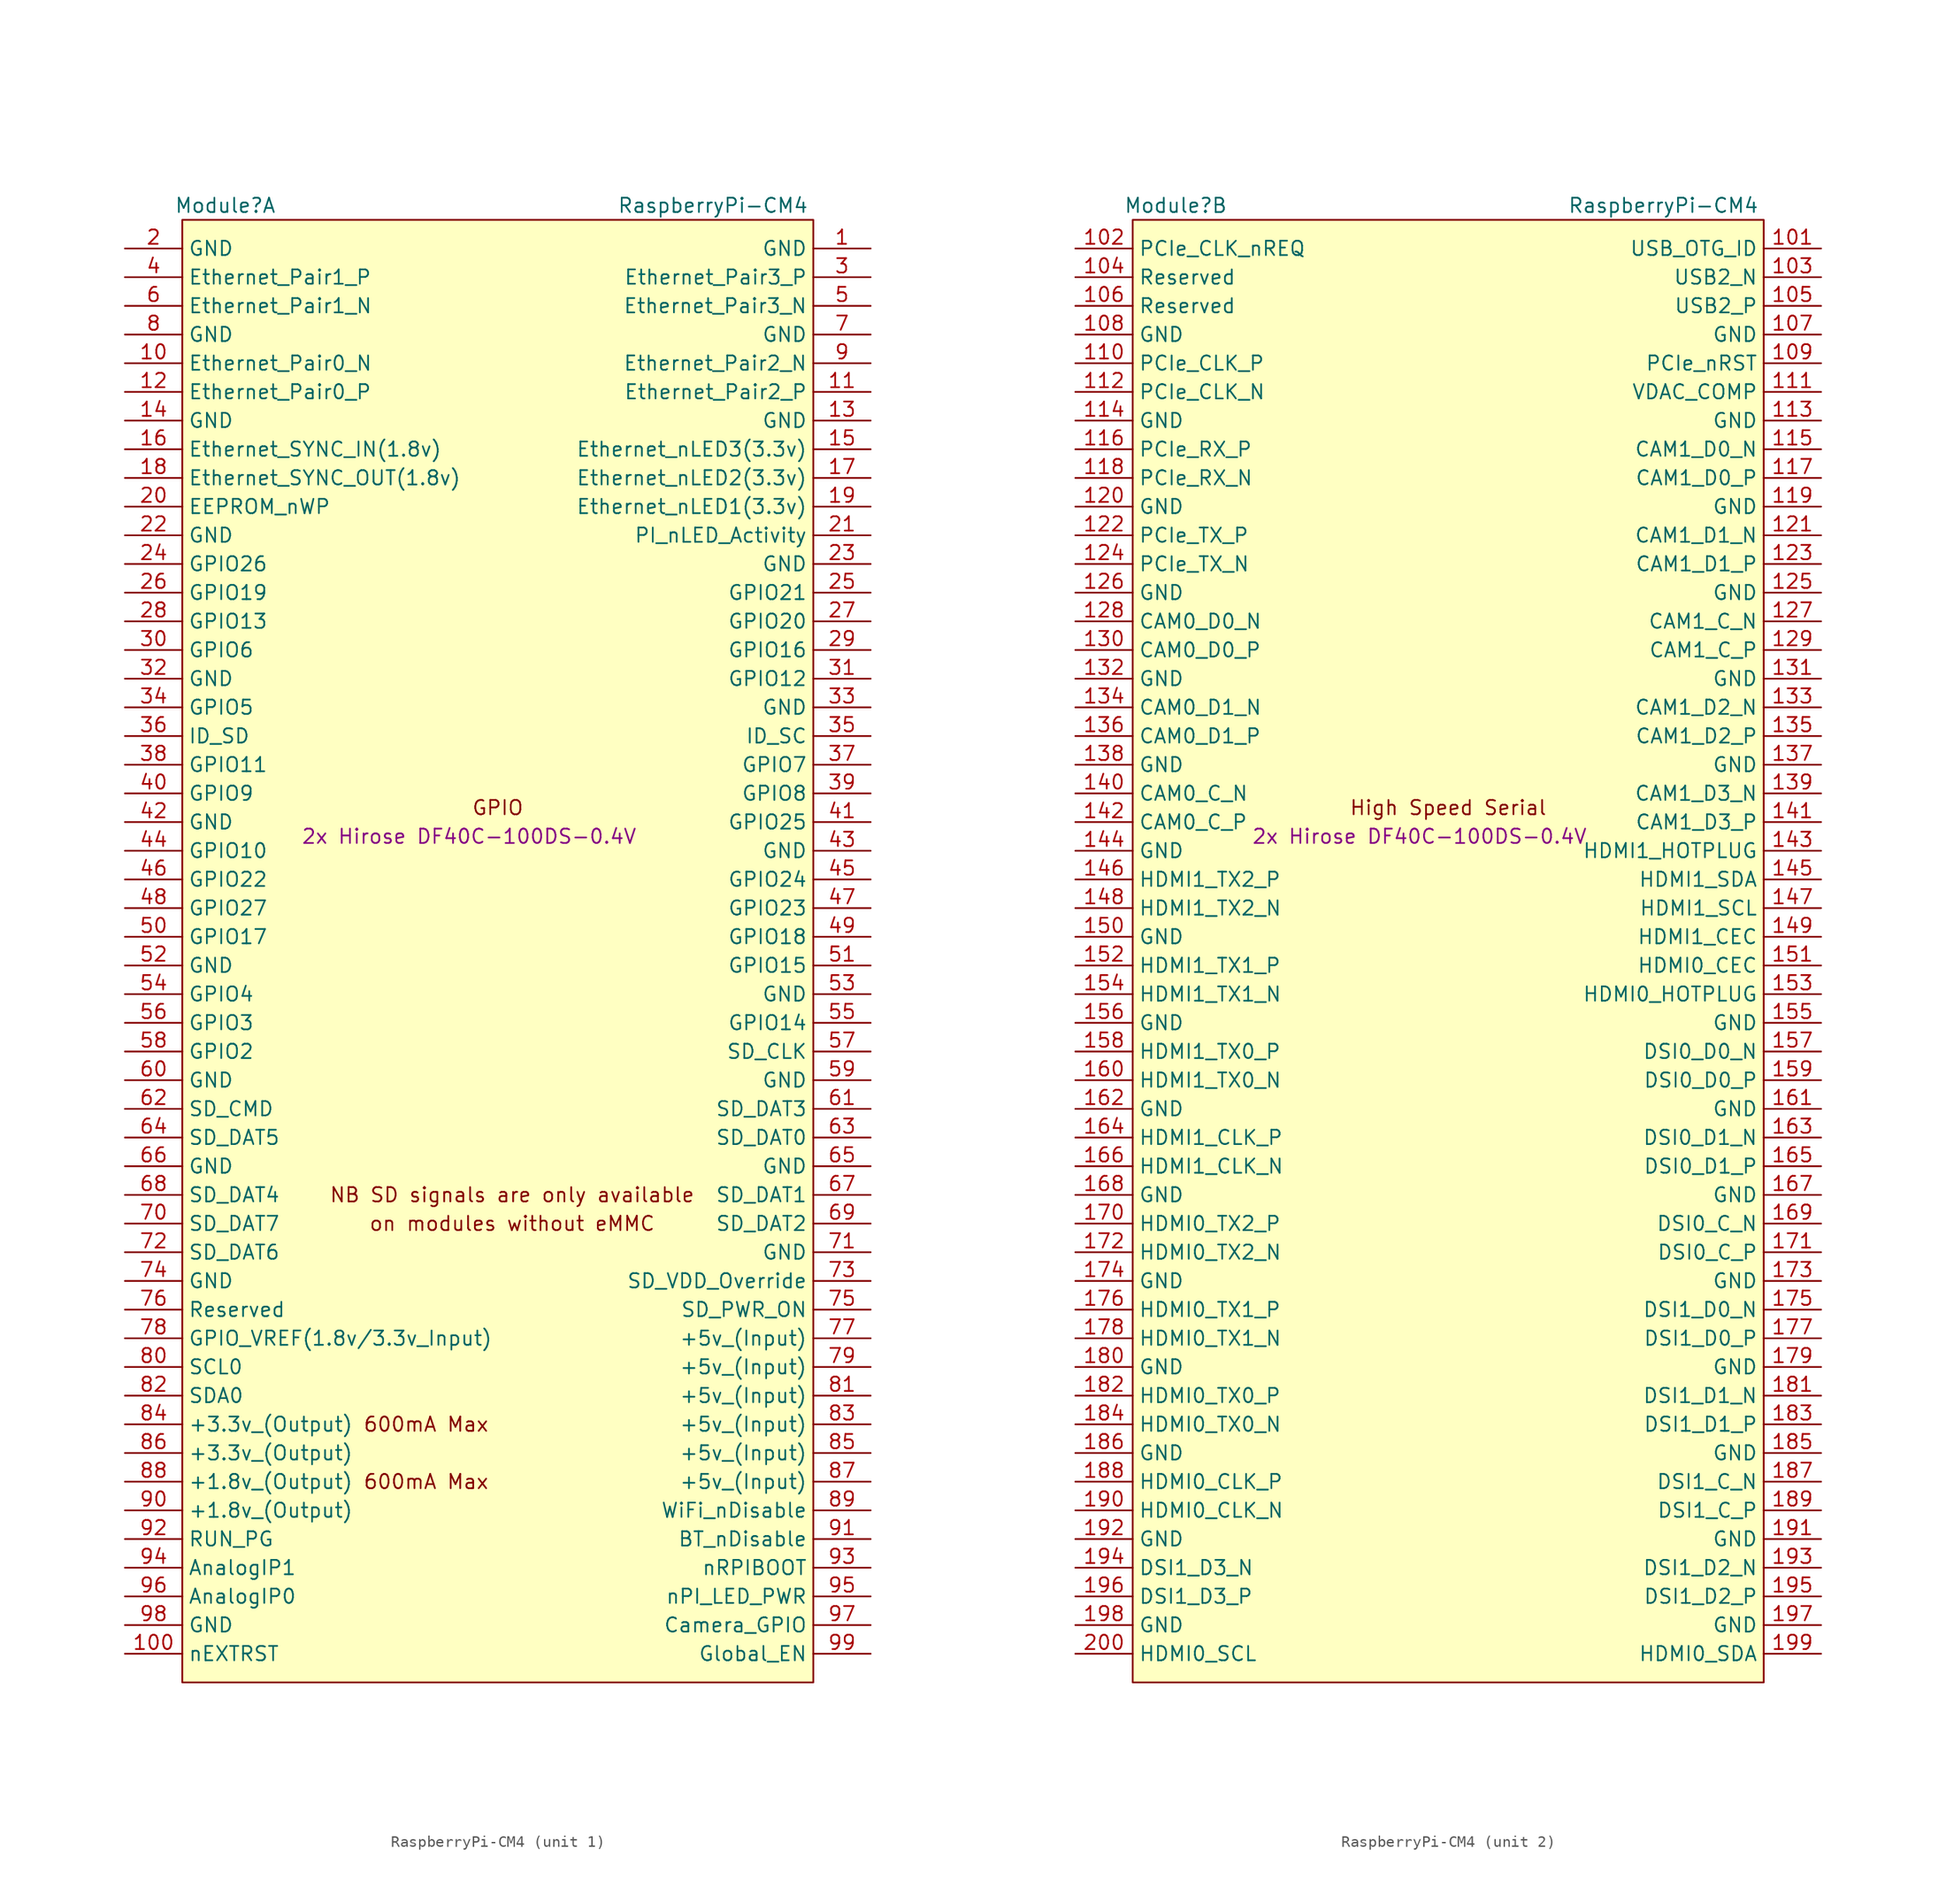
<source format=kicad_sym>
(kicad_symbol_lib
  (version 20201005)
  (generator kicad_symbol_editor)
  (symbol "MCU_Module_RD:RaspberryPi-CM4"
    (property "Reference" "Module"
      (at -24.13 66.04 0)
      (effects (font (size 1.27 1.27))))
    (property "Value" "RaspberryPi-CM4"
      (at 19.05 66.04 0)
      (effects (font (size 1.27 1.27))))
    (property "Field4" "2x Hirose DF40C-100DS-0.4V"
      (at -2.54 10.16 0)
      (effects (font (size 1.27 1.27))))
    (property "ki_locked" ""
      (at 0 0 0)
      (effects (font (size 1.27 1.27))))
    (symbol "RaspberryPi-CM4_1_0"
      (text "GPIO" (at 0 12.7 0) (effects (font (size 1.27 1.27)))))
    (symbol "RaspberryPi-CM4_1_1"
      (text "600mA Max" (at -6.35 -46.99 0) (effects (font (size 1.27 1.27))))
      (text "600mA Max" (at -6.35 -41.91 0) (effects (font (size 1.27 1.27))))
      (text "NB SD signals are only available" (at 1.27 -21.59 0) (effects (font (size 1.27 1.27))))
      (text "on modules without eMMC" (at 1.27 -24.13 0) (effects (font (size 1.27 1.27))))
      (rectangle (start -27.94 -64.77) (end 27.94 64.77) (stroke (width 0)) (fill (type background)))
      (pin power_in line (at 33.02 62.23 180) (length 5.08) (name "GND" (effects (font (size 1.27 1.27)))) (number "1" (effects (font (size 1.27 1.27)))))
      (pin passive line (at -33.02 52.07 0) (length 5.08) (name "Ethernet_Pair0_N" (effects (font (size 1.27 1.27)))) (number "10" (effects (font (size 1.27 1.27)))))
      (pin output line (at -33.02 -62.23 0) (length 5.08) (name "nEXTRST" (effects (font (size 1.27 1.27)))) (number "100" (effects (font (size 1.27 1.27)))))
      (pin passive line (at 33.02 49.53 180) (length 5.08) (name "Ethernet_Pair2_P" (effects (font (size 1.27 1.27)))) (number "11" (effects (font (size 1.27 1.27)))))
      (pin passive line (at -33.02 49.53 0) (length 5.08) (name "Ethernet_Pair0_P" (effects (font (size 1.27 1.27)))) (number "12" (effects (font (size 1.27 1.27)))))
      (pin power_in line (at 33.02 46.99 180) (length 5.08) (name "GND" (effects (font (size 1.27 1.27)))) (number "13" (effects (font (size 1.27 1.27)))))
      (pin power_in line (at -33.02 46.99 0) (length 5.08) (name "GND" (effects (font (size 1.27 1.27)))) (number "14" (effects (font (size 1.27 1.27)))))
      (pin output line (at 33.02 44.45 180) (length 5.08) (name "Ethernet_nLED3(3.3v)" (effects (font (size 1.27 1.27)))) (number "15" (effects (font (size 1.27 1.27)))))
      (pin input line (at -33.02 44.45 0) (length 5.08) (name "Ethernet_SYNC_IN(1.8v)" (effects (font (size 1.27 1.27)))) (number "16" (effects (font (size 1.27 1.27)))))
      (pin output line (at 33.02 41.91 180) (length 5.08) (name "Ethernet_nLED2(3.3v)" (effects (font (size 1.27 1.27)))) (number "17" (effects (font (size 1.27 1.27)))))
      (pin input line (at -33.02 41.91 0) (length 5.08) (name "Ethernet_SYNC_OUT(1.8v)" (effects (font (size 1.27 1.27)))) (number "18" (effects (font (size 1.27 1.27)))))
      (pin output line (at 33.02 39.37 180) (length 5.08) (name "Ethernet_nLED1(3.3v)" (effects (font (size 1.27 1.27)))) (number "19" (effects (font (size 1.27 1.27)))))
      (pin power_in line (at -33.02 62.23 0) (length 5.08) (name "GND" (effects (font (size 1.27 1.27)))) (number "2" (effects (font (size 1.27 1.27)))))
      (pin passive line (at -33.02 39.37 0) (length 5.08) (name "EEPROM_nWP" (effects (font (size 1.27 1.27)))) (number "20" (effects (font (size 1.27 1.27)))))
      (pin open_collector line (at 33.02 36.83 180) (length 5.08) (name "PI_nLED_Activity" (effects (font (size 1.27 1.27)))) (number "21" (effects (font (size 1.27 1.27)))))
      (pin power_in line (at -33.02 36.83 0) (length 5.08) (name "GND" (effects (font (size 1.27 1.27)))) (number "22" (effects (font (size 1.27 1.27)))))
      (pin power_in line (at 33.02 34.29 180) (length 5.08) (name "GND" (effects (font (size 1.27 1.27)))) (number "23" (effects (font (size 1.27 1.27)))))
      (pin passive line (at -33.02 34.29 0) (length 5.08) (name "GPIO26" (effects (font (size 1.27 1.27)))) (number "24" (effects (font (size 1.27 1.27)))))
      (pin passive line (at 33.02 31.75 180) (length 5.08) (name "GPIO21" (effects (font (size 1.27 1.27)))) (number "25" (effects (font (size 1.27 1.27)))))
      (pin passive line (at -33.02 31.75 0) (length 5.08) (name "GPIO19" (effects (font (size 1.27 1.27)))) (number "26" (effects (font (size 1.27 1.27)))))
      (pin passive line (at 33.02 29.21 180) (length 5.08) (name "GPIO20" (effects (font (size 1.27 1.27)))) (number "27" (effects (font (size 1.27 1.27)))))
      (pin passive line (at -33.02 29.21 0) (length 5.08) (name "GPIO13" (effects (font (size 1.27 1.27)))) (number "28" (effects (font (size 1.27 1.27)))))
      (pin passive line (at 33.02 26.67 180) (length 5.08) (name "GPIO16" (effects (font (size 1.27 1.27)))) (number "29" (effects (font (size 1.27 1.27)))))
      (pin passive line (at 33.02 59.69 180) (length 5.08) (name "Ethernet_Pair3_P" (effects (font (size 1.27 1.27)))) (number "3" (effects (font (size 1.27 1.27)))))
      (pin passive line (at -33.02 26.67 0) (length 5.08) (name "GPIO6" (effects (font (size 1.27 1.27)))) (number "30" (effects (font (size 1.27 1.27)))))
      (pin passive line (at 33.02 24.13 180) (length 5.08) (name "GPIO12" (effects (font (size 1.27 1.27)))) (number "31" (effects (font (size 1.27 1.27)))))
      (pin power_in line (at -33.02 24.13 0) (length 5.08) (name "GND" (effects (font (size 1.27 1.27)))) (number "32" (effects (font (size 1.27 1.27)))))
      (pin power_in line (at 33.02 21.59 180) (length 5.08) (name "GND" (effects (font (size 1.27 1.27)))) (number "33" (effects (font (size 1.27 1.27)))))
      (pin passive line (at -33.02 21.59 0) (length 5.08) (name "GPIO5" (effects (font (size 1.27 1.27)))) (number "34" (effects (font (size 1.27 1.27)))))
      (pin passive line (at 33.02 19.05 180) (length 5.08) (name "ID_SC" (effects (font (size 1.27 1.27)))) (number "35" (effects (font (size 1.27 1.27)))))
      (pin passive line (at -33.02 19.05 0) (length 5.08) (name "ID_SD" (effects (font (size 1.27 1.27)))) (number "36" (effects (font (size 1.27 1.27)))))
      (pin passive line (at 33.02 16.51 180) (length 5.08) (name "GPIO7" (effects (font (size 1.27 1.27)))) (number "37" (effects (font (size 1.27 1.27)))))
      (pin passive line (at -33.02 16.51 0) (length 5.08) (name "GPIO11" (effects (font (size 1.27 1.27)))) (number "38" (effects (font (size 1.27 1.27)))))
      (pin passive line (at 33.02 13.97 180) (length 5.08) (name "GPIO8" (effects (font (size 1.27 1.27)))) (number "39" (effects (font (size 1.27 1.27)))))
      (pin passive line (at -33.02 59.69 0) (length 5.08) (name "Ethernet_Pair1_P" (effects (font (size 1.27 1.27)))) (number "4" (effects (font (size 1.27 1.27)))))
      (pin passive line (at -33.02 13.97 0) (length 5.08) (name "GPIO9" (effects (font (size 1.27 1.27)))) (number "40" (effects (font (size 1.27 1.27)))))
      (pin passive line (at 33.02 11.43 180) (length 5.08) (name "GPIO25" (effects (font (size 1.27 1.27)))) (number "41" (effects (font (size 1.27 1.27)))))
      (pin power_in line (at -33.02 11.43 0) (length 5.08) (name "GND" (effects (font (size 1.27 1.27)))) (number "42" (effects (font (size 1.27 1.27)))))
      (pin power_in line (at 33.02 8.89 180) (length 5.08) (name "GND" (effects (font (size 1.27 1.27)))) (number "43" (effects (font (size 1.27 1.27)))))
      (pin passive line (at -33.02 8.89 0) (length 5.08) (name "GPIO10" (effects (font (size 1.27 1.27)))) (number "44" (effects (font (size 1.27 1.27)))))
      (pin passive line (at 33.02 6.35 180) (length 5.08) (name "GPIO24" (effects (font (size 1.27 1.27)))) (number "45" (effects (font (size 1.27 1.27)))))
      (pin passive line (at -33.02 6.35 0) (length 5.08) (name "GPIO22" (effects (font (size 1.27 1.27)))) (number "46" (effects (font (size 1.27 1.27)))))
      (pin passive line (at 33.02 3.81 180) (length 5.08) (name "GPIO23" (effects (font (size 1.27 1.27)))) (number "47" (effects (font (size 1.27 1.27)))))
      (pin passive line (at -33.02 3.81 0) (length 5.08) (name "GPIO27" (effects (font (size 1.27 1.27)))) (number "48" (effects (font (size 1.27 1.27)))))
      (pin passive line (at 33.02 1.27 180) (length 5.08) (name "GPIO18" (effects (font (size 1.27 1.27)))) (number "49" (effects (font (size 1.27 1.27)))))
      (pin passive line (at 33.02 57.15 180) (length 5.08) (name "Ethernet_Pair3_N" (effects (font (size 1.27 1.27)))) (number "5" (effects (font (size 1.27 1.27)))))
      (pin passive line (at -33.02 1.27 0) (length 5.08) (name "GPIO17" (effects (font (size 1.27 1.27)))) (number "50" (effects (font (size 1.27 1.27)))))
      (pin passive line (at 33.02 -1.27 180) (length 5.08) (name "GPIO15" (effects (font (size 1.27 1.27)))) (number "51" (effects (font (size 1.27 1.27)))))
      (pin power_in line (at -33.02 -1.27 0) (length 5.08) (name "GND" (effects (font (size 1.27 1.27)))) (number "52" (effects (font (size 1.27 1.27)))))
      (pin power_in line (at 33.02 -3.81 180) (length 5.08) (name "GND" (effects (font (size 1.27 1.27)))) (number "53" (effects (font (size 1.27 1.27)))))
      (pin passive line (at -33.02 -3.81 0) (length 5.08) (name "GPIO4" (effects (font (size 1.27 1.27)))) (number "54" (effects (font (size 1.27 1.27)))))
      (pin passive line (at 33.02 -6.35 180) (length 5.08) (name "GPIO14" (effects (font (size 1.27 1.27)))) (number "55" (effects (font (size 1.27 1.27)))))
      (pin passive line (at -33.02 -6.35 0) (length 5.08) (name "GPIO3" (effects (font (size 1.27 1.27)))) (number "56" (effects (font (size 1.27 1.27)))))
      (pin passive line (at 33.02 -8.89 180) (length 5.08) (name "SD_CLK" (effects (font (size 1.27 1.27)))) (number "57" (effects (font (size 1.27 1.27)))))
      (pin passive line (at -33.02 -8.89 0) (length 5.08) (name "GPIO2" (effects (font (size 1.27 1.27)))) (number "58" (effects (font (size 1.27 1.27)))))
      (pin power_in line (at 33.02 -11.43 180) (length 5.08) (name "GND" (effects (font (size 1.27 1.27)))) (number "59" (effects (font (size 1.27 1.27)))))
      (pin passive line (at -33.02 57.15 0) (length 5.08) (name "Ethernet_Pair1_N" (effects (font (size 1.27 1.27)))) (number "6" (effects (font (size 1.27 1.27)))))
      (pin power_in line (at -33.02 -11.43 0) (length 5.08) (name "GND" (effects (font (size 1.27 1.27)))) (number "60" (effects (font (size 1.27 1.27)))))
      (pin passive line (at 33.02 -13.97 180) (length 5.08) (name "SD_DAT3" (effects (font (size 1.27 1.27)))) (number "61" (effects (font (size 1.27 1.27)))))
      (pin passive line (at -33.02 -13.97 0) (length 5.08) (name "SD_CMD" (effects (font (size 1.27 1.27)))) (number "62" (effects (font (size 1.27 1.27)))))
      (pin passive line (at 33.02 -16.51 180) (length 5.08) (name "SD_DAT0" (effects (font (size 1.27 1.27)))) (number "63" (effects (font (size 1.27 1.27)))))
      (pin passive line (at -33.02 -16.51 0) (length 5.08) (name "SD_DAT5" (effects (font (size 1.27 1.27)))) (number "64" (effects (font (size 1.27 1.27)))))
      (pin power_in line (at 33.02 -19.05 180) (length 5.08) (name "GND" (effects (font (size 1.27 1.27)))) (number "65" (effects (font (size 1.27 1.27)))))
      (pin power_in line (at -33.02 -19.05 0) (length 5.08) (name "GND" (effects (font (size 1.27 1.27)))) (number "66" (effects (font (size 1.27 1.27)))))
      (pin passive line (at 33.02 -21.59 180) (length 5.08) (name "SD_DAT1" (effects (font (size 1.27 1.27)))) (number "67" (effects (font (size 1.27 1.27)))))
      (pin passive line (at -33.02 -21.59 0) (length 5.08) (name "SD_DAT4" (effects (font (size 1.27 1.27)))) (number "68" (effects (font (size 1.27 1.27)))))
      (pin passive line (at 33.02 -24.13 180) (length 5.08) (name "SD_DAT2" (effects (font (size 1.27 1.27)))) (number "69" (effects (font (size 1.27 1.27)))))
      (pin power_in line (at 33.02 54.61 180) (length 5.08) (name "GND" (effects (font (size 1.27 1.27)))) (number "7" (effects (font (size 1.27 1.27)))))
      (pin passive line (at -33.02 -24.13 0) (length 5.08) (name "SD_DAT7" (effects (font (size 1.27 1.27)))) (number "70" (effects (font (size 1.27 1.27)))))
      (pin power_in line (at 33.02 -26.67 180) (length 5.08) (name "GND" (effects (font (size 1.27 1.27)))) (number "71" (effects (font (size 1.27 1.27)))))
      (pin passive line (at -33.02 -26.67 0) (length 5.08) (name "SD_DAT6" (effects (font (size 1.27 1.27)))) (number "72" (effects (font (size 1.27 1.27)))))
      (pin input line (at 33.02 -29.21 180) (length 5.08) (name "SD_VDD_Override" (effects (font (size 1.27 1.27)))) (number "73" (effects (font (size 1.27 1.27)))))
      (pin power_in line (at -33.02 -29.21 0) (length 5.08) (name "GND" (effects (font (size 1.27 1.27)))) (number "74" (effects (font (size 1.27 1.27)))))
      (pin output line (at 33.02 -31.75 180) (length 5.08) (name "SD_PWR_ON" (effects (font (size 1.27 1.27)))) (number "75" (effects (font (size 1.27 1.27)))))
      (pin passive line (at -33.02 -31.75 0) (length 5.08) (name "Reserved" (effects (font (size 1.27 1.27)))) (number "76" (effects (font (size 1.27 1.27)))))
      (pin power_in line (at 33.02 -34.29 180) (length 5.08) (name "+5v_(Input)" (effects (font (size 1.27 1.27)))) (number "77" (effects (font (size 1.27 1.27)))))
      (pin power_in line (at -33.02 -34.29 0) (length 5.08) (name "GPIO_VREF(1.8v/3.3v_Input)" (effects (font (size 1.27 1.27)))) (number "78" (effects (font (size 1.27 1.27)))))
      (pin power_in line (at 33.02 -36.83 180) (length 5.08) (name "+5v_(Input)" (effects (font (size 1.27 1.27)))) (number "79" (effects (font (size 1.27 1.27)))))
      (pin power_in line (at -33.02 54.61 0) (length 5.08) (name "GND" (effects (font (size 1.27 1.27)))) (number "8" (effects (font (size 1.27 1.27)))))
      (pin passive line (at -33.02 -36.83 0) (length 5.08) (name "SCL0" (effects (font (size 1.27 1.27)))) (number "80" (effects (font (size 1.27 1.27)))))
      (pin power_in line (at 33.02 -39.37 180) (length 5.08) (name "+5v_(Input)" (effects (font (size 1.27 1.27)))) (number "81" (effects (font (size 1.27 1.27)))))
      (pin passive line (at -33.02 -39.37 0) (length 5.08) (name "SDA0" (effects (font (size 1.27 1.27)))) (number "82" (effects (font (size 1.27 1.27)))))
      (pin power_in line (at 33.02 -41.91 180) (length 5.08) (name "+5v_(Input)" (effects (font (size 1.27 1.27)))) (number "83" (effects (font (size 1.27 1.27)))))
      (pin power_out line (at -33.02 -41.91 0) (length 5.08) (name "+3.3v_(Output)" (effects (font (size 1.27 1.27)))) (number "84" (effects (font (size 1.27 1.27)))))
      (pin power_in line (at 33.02 -44.45 180) (length 5.08) (name "+5v_(Input)" (effects (font (size 1.27 1.27)))) (number "85" (effects (font (size 1.27 1.27)))))
      (pin power_out line (at -33.02 -44.45 0) (length 5.08) (name "+3.3v_(Output)" (effects (font (size 1.27 1.27)))) (number "86" (effects (font (size 1.27 1.27)))))
      (pin power_in line (at 33.02 -46.99 180) (length 5.08) (name "+5v_(Input)" (effects (font (size 1.27 1.27)))) (number "87" (effects (font (size 1.27 1.27)))))
      (pin power_out line (at -33.02 -46.99 0) (length 5.08) (name "+1.8v_(Output)" (effects (font (size 1.27 1.27)))) (number "88" (effects (font (size 1.27 1.27)))))
      (pin power_in line (at 33.02 -49.53 180) (length 5.08) (name "WiFi_nDisable" (effects (font (size 1.27 1.27)))) (number "89" (effects (font (size 1.27 1.27)))))
      (pin passive line (at 33.02 52.07 180) (length 5.08) (name "Ethernet_Pair2_N" (effects (font (size 1.27 1.27)))) (number "9" (effects (font (size 1.27 1.27)))))
      (pin power_out line (at -33.02 -49.53 0) (length 5.08) (name "+1.8v_(Output)" (effects (font (size 1.27 1.27)))) (number "90" (effects (font (size 1.27 1.27)))))
      (pin power_in line (at 33.02 -52.07 180) (length 5.08) (name "BT_nDisable" (effects (font (size 1.27 1.27)))) (number "91" (effects (font (size 1.27 1.27)))))
      (pin passive line (at -33.02 -52.07 0) (length 5.08) (name "RUN_PG" (effects (font (size 1.27 1.27)))) (number "92" (effects (font (size 1.27 1.27)))))
      (pin input line (at 33.02 -54.61 180) (length 5.08) (name "nRPIBOOT" (effects (font (size 1.27 1.27)))) (number "93" (effects (font (size 1.27 1.27)))))
      (pin passive line (at -33.02 -54.61 0) (length 5.08) (name "AnalogIP1" (effects (font (size 1.27 1.27)))) (number "94" (effects (font (size 1.27 1.27)))))
      (pin output line (at 33.02 -57.15 180) (length 5.08) (name "nPI_LED_PWR" (effects (font (size 1.27 1.27)))) (number "95" (effects (font (size 1.27 1.27)))))
      (pin passive line (at -33.02 -57.15 0) (length 5.08) (name "AnalogIP0" (effects (font (size 1.27 1.27)))) (number "96" (effects (font (size 1.27 1.27)))))
      (pin passive line (at 33.02 -59.69 180) (length 5.08) (name "Camera_GPIO" (effects (font (size 1.27 1.27)))) (number "97" (effects (font (size 1.27 1.27)))))
      (pin power_in line (at -33.02 -59.69 0) (length 5.08) (name "GND" (effects (font (size 1.27 1.27)))) (number "98" (effects (font (size 1.27 1.27)))))
      (pin input line (at 33.02 -62.23 180) (length 5.08) (name "Global_EN" (effects (font (size 1.27 1.27)))) (number "99" (effects (font (size 1.27 1.27))))))
    (symbol "RaspberryPi-CM4_2_1"
      (text "High Speed Serial" (at 0 12.7 0) (effects (font (size 1.27 1.27))))
      (rectangle (start -27.94 64.77) (end 27.94 -64.77) (stroke (width 0)) (fill (type background)))
      (pin input line (at 33.02 62.23 180) (length 5.08) (name "USB_OTG_ID" (effects (font (size 1.27 1.27)))) (number "101" (effects (font (size 1.27 1.27)))))
      (pin input line (at -33.02 62.23 0) (length 5.08) (name "PCIe_CLK_nREQ" (effects (font (size 1.27 1.27)))) (number "102" (effects (font (size 1.27 1.27)))))
      (pin passive line (at 33.02 59.69 180) (length 5.08) (name "USB2_N" (effects (font (size 1.27 1.27)))) (number "103" (effects (font (size 1.27 1.27)))))
      (pin passive line (at -33.02 59.69 0) (length 5.08) (name "Reserved" (effects (font (size 1.27 1.27)))) (number "104" (effects (font (size 1.27 1.27)))))
      (pin passive line (at 33.02 57.15 180) (length 5.08) (name "USB2_P" (effects (font (size 1.27 1.27)))) (number "105" (effects (font (size 1.27 1.27)))))
      (pin passive line (at -33.02 57.15 0) (length 5.08) (name "Reserved" (effects (font (size 1.27 1.27)))) (number "106" (effects (font (size 1.27 1.27)))))
      (pin power_in line (at 33.02 54.61 180) (length 5.08) (name "GND" (effects (font (size 1.27 1.27)))) (number "107" (effects (font (size 1.27 1.27)))))
      (pin power_in line (at -33.02 54.61 0) (length 5.08) (name "GND" (effects (font (size 1.27 1.27)))) (number "108" (effects (font (size 1.27 1.27)))))
      (pin bidirectional line (at 33.02 52.07 180) (length 5.08) (name "PCIe_nRST" (effects (font (size 1.27 1.27)))) (number "109" (effects (font (size 1.27 1.27)))))
      (pin output line (at -33.02 52.07 0) (length 5.08) (name "PCIe_CLK_P" (effects (font (size 1.27 1.27)))) (number "110" (effects (font (size 1.27 1.27)))))
      (pin passive line (at 33.02 49.53 180) (length 5.08) (name "VDAC_COMP" (effects (font (size 1.27 1.27)))) (number "111" (effects (font (size 1.27 1.27)))))
      (pin output line (at -33.02 49.53 0) (length 5.08) (name "PCIe_CLK_N" (effects (font (size 1.27 1.27)))) (number "112" (effects (font (size 1.27 1.27)))))
      (pin power_in line (at 33.02 46.99 180) (length 5.08) (name "GND" (effects (font (size 1.27 1.27)))) (number "113" (effects (font (size 1.27 1.27)))))
      (pin power_in line (at -33.02 46.99 0) (length 5.08) (name "GND" (effects (font (size 1.27 1.27)))) (number "114" (effects (font (size 1.27 1.27)))))
      (pin input line (at 33.02 44.45 180) (length 5.08) (name "CAM1_D0_N" (effects (font (size 1.27 1.27)))) (number "115" (effects (font (size 1.27 1.27)))))
      (pin input line (at -33.02 44.45 0) (length 5.08) (name "PCIe_RX_P" (effects (font (size 1.27 1.27)))) (number "116" (effects (font (size 1.27 1.27)))))
      (pin input line (at 33.02 41.91 180) (length 5.08) (name "CAM1_D0_P" (effects (font (size 1.27 1.27)))) (number "117" (effects (font (size 1.27 1.27)))))
      (pin input line (at -33.02 41.91 0) (length 5.08) (name "PCIe_RX_N" (effects (font (size 1.27 1.27)))) (number "118" (effects (font (size 1.27 1.27)))))
      (pin power_in line (at 33.02 39.37 180) (length 5.08) (name "GND" (effects (font (size 1.27 1.27)))) (number "119" (effects (font (size 1.27 1.27)))))
      (pin power_in line (at -33.02 39.37 0) (length 5.08) (name "GND" (effects (font (size 1.27 1.27)))) (number "120" (effects (font (size 1.27 1.27)))))
      (pin input line (at 33.02 36.83 180) (length 5.08) (name "CAM1_D1_N" (effects (font (size 1.27 1.27)))) (number "121" (effects (font (size 1.27 1.27)))))
      (pin output line (at -33.02 36.83 0) (length 5.08) (name "PCIe_TX_P" (effects (font (size 1.27 1.27)))) (number "122" (effects (font (size 1.27 1.27)))))
      (pin input line (at 33.02 34.29 180) (length 5.08) (name "CAM1_D1_P" (effects (font (size 1.27 1.27)))) (number "123" (effects (font (size 1.27 1.27)))))
      (pin output line (at -33.02 34.29 0) (length 5.08) (name "PCIe_TX_N" (effects (font (size 1.27 1.27)))) (number "124" (effects (font (size 1.27 1.27)))))
      (pin power_in line (at 33.02 31.75 180) (length 5.08) (name "GND" (effects (font (size 1.27 1.27)))) (number "125" (effects (font (size 1.27 1.27)))))
      (pin power_in line (at -33.02 31.75 0) (length 5.08) (name "GND" (effects (font (size 1.27 1.27)))) (number "126" (effects (font (size 1.27 1.27)))))
      (pin input line (at 33.02 29.21 180) (length 5.08) (name "CAM1_C_N" (effects (font (size 1.27 1.27)))) (number "127" (effects (font (size 1.27 1.27)))))
      (pin input line (at -33.02 29.21 0) (length 5.08) (name "CAM0_D0_N" (effects (font (size 1.27 1.27)))) (number "128" (effects (font (size 1.27 1.27)))))
      (pin input line (at 33.02 26.67 180) (length 5.08) (name "CAM1_C_P" (effects (font (size 1.27 1.27)))) (number "129" (effects (font (size 1.27 1.27)))))
      (pin input line (at -33.02 26.67 0) (length 5.08) (name "CAM0_D0_P" (effects (font (size 1.27 1.27)))) (number "130" (effects (font (size 1.27 1.27)))))
      (pin power_in line (at 33.02 24.13 180) (length 5.08) (name "GND" (effects (font (size 1.27 1.27)))) (number "131" (effects (font (size 1.27 1.27)))))
      (pin power_in line (at -33.02 24.13 0) (length 5.08) (name "GND" (effects (font (size 1.27 1.27)))) (number "132" (effects (font (size 1.27 1.27)))))
      (pin input line (at 33.02 21.59 180) (length 5.08) (name "CAM1_D2_N" (effects (font (size 1.27 1.27)))) (number "133" (effects (font (size 1.27 1.27)))))
      (pin input line (at -33.02 21.59 0) (length 5.08) (name "CAM0_D1_N" (effects (font (size 1.27 1.27)))) (number "134" (effects (font (size 1.27 1.27)))))
      (pin input line (at 33.02 19.05 180) (length 5.08) (name "CAM1_D2_P" (effects (font (size 1.27 1.27)))) (number "135" (effects (font (size 1.27 1.27)))))
      (pin input line (at -33.02 19.05 0) (length 5.08) (name "CAM0_D1_P" (effects (font (size 1.27 1.27)))) (number "136" (effects (font (size 1.27 1.27)))))
      (pin power_in line (at 33.02 16.51 180) (length 5.08) (name "GND" (effects (font (size 1.27 1.27)))) (number "137" (effects (font (size 1.27 1.27)))))
      (pin power_in line (at -33.02 16.51 0) (length 5.08) (name "GND" (effects (font (size 1.27 1.27)))) (number "138" (effects (font (size 1.27 1.27)))))
      (pin input line (at 33.02 13.97 180) (length 5.08) (name "CAM1_D3_N" (effects (font (size 1.27 1.27)))) (number "139" (effects (font (size 1.27 1.27)))))
      (pin input line (at -33.02 13.97 0) (length 5.08) (name "CAM0_C_N" (effects (font (size 1.27 1.27)))) (number "140" (effects (font (size 1.27 1.27)))))
      (pin input line (at 33.02 11.43 180) (length 5.08) (name "CAM1_D3_P" (effects (font (size 1.27 1.27)))) (number "141" (effects (font (size 1.27 1.27)))))
      (pin input line (at -33.02 11.43 0) (length 5.08) (name "CAM0_C_P" (effects (font (size 1.27 1.27)))) (number "142" (effects (font (size 1.27 1.27)))))
      (pin input line (at 33.02 8.89 180) (length 5.08) (name "HDMI1_HOTPLUG" (effects (font (size 1.27 1.27)))) (number "143" (effects (font (size 1.27 1.27)))))
      (pin power_in line (at -33.02 8.89 0) (length 5.08) (name "GND" (effects (font (size 1.27 1.27)))) (number "144" (effects (font (size 1.27 1.27)))))
      (pin bidirectional line (at 33.02 6.35 180) (length 5.08) (name "HDMI1_SDA" (effects (font (size 1.27 1.27)))) (number "145" (effects (font (size 1.27 1.27)))))
      (pin output line (at -33.02 6.35 0) (length 5.08) (name "HDMI1_TX2_P" (effects (font (size 1.27 1.27)))) (number "146" (effects (font (size 1.27 1.27)))))
      (pin open_collector line (at 33.02 3.81 180) (length 5.08) (name "HDMI1_SCL" (effects (font (size 1.27 1.27)))) (number "147" (effects (font (size 1.27 1.27)))))
      (pin output line (at -33.02 3.81 0) (length 5.08) (name "HDMI1_TX2_N" (effects (font (size 1.27 1.27)))) (number "148" (effects (font (size 1.27 1.27)))))
      (pin open_collector line (at 33.02 1.27 180) (length 5.08) (name "HDMI1_CEC" (effects (font (size 1.27 1.27)))) (number "149" (effects (font (size 1.27 1.27)))))
      (pin power_in line (at -33.02 1.27 0) (length 5.08) (name "GND" (effects (font (size 1.27 1.27)))) (number "150" (effects (font (size 1.27 1.27)))))
      (pin open_collector line (at 33.02 -1.27 180) (length 5.08) (name "HDMI0_CEC" (effects (font (size 1.27 1.27)))) (number "151" (effects (font (size 1.27 1.27)))))
      (pin output line (at -33.02 -1.27 0) (length 5.08) (name "HDMI1_TX1_P" (effects (font (size 1.27 1.27)))) (number "152" (effects (font (size 1.27 1.27)))))
      (pin input line (at 33.02 -3.81 180) (length 5.08) (name "HDMI0_HOTPLUG" (effects (font (size 1.27 1.27)))) (number "153" (effects (font (size 1.27 1.27)))))
      (pin output line (at -33.02 -3.81 0) (length 5.08) (name "HDMI1_TX1_N" (effects (font (size 1.27 1.27)))) (number "154" (effects (font (size 1.27 1.27)))))
      (pin power_in line (at 33.02 -6.35 180) (length 5.08) (name "GND" (effects (font (size 1.27 1.27)))) (number "155" (effects (font (size 1.27 1.27)))))
      (pin power_in line (at -33.02 -6.35 0) (length 5.08) (name "GND" (effects (font (size 1.27 1.27)))) (number "156" (effects (font (size 1.27 1.27)))))
      (pin output line (at 33.02 -8.89 180) (length 5.08) (name "DSI0_D0_N" (effects (font (size 1.27 1.27)))) (number "157" (effects (font (size 1.27 1.27)))))
      (pin output line (at -33.02 -8.89 0) (length 5.08) (name "HDMI1_TX0_P" (effects (font (size 1.27 1.27)))) (number "158" (effects (font (size 1.27 1.27)))))
      (pin output line (at 33.02 -11.43 180) (length 5.08) (name "DSI0_D0_P" (effects (font (size 1.27 1.27)))) (number "159" (effects (font (size 1.27 1.27)))))
      (pin output line (at -33.02 -11.43 0) (length 5.08) (name "HDMI1_TX0_N" (effects (font (size 1.27 1.27)))) (number "160" (effects (font (size 1.27 1.27)))))
      (pin power_in line (at 33.02 -13.97 180) (length 5.08) (name "GND" (effects (font (size 1.27 1.27)))) (number "161" (effects (font (size 1.27 1.27)))))
      (pin power_in line (at -33.02 -13.97 0) (length 5.08) (name "GND" (effects (font (size 1.27 1.27)))) (number "162" (effects (font (size 1.27 1.27)))))
      (pin output line (at 33.02 -16.51 180) (length 5.08) (name "DSI0_D1_N" (effects (font (size 1.27 1.27)))) (number "163" (effects (font (size 1.27 1.27)))))
      (pin output line (at -33.02 -16.51 0) (length 5.08) (name "HDMI1_CLK_P" (effects (font (size 1.27 1.27)))) (number "164" (effects (font (size 1.27 1.27)))))
      (pin output line (at 33.02 -19.05 180) (length 5.08) (name "DSI0_D1_P" (effects (font (size 1.27 1.27)))) (number "165" (effects (font (size 1.27 1.27)))))
      (pin output line (at -33.02 -19.05 0) (length 5.08) (name "HDMI1_CLK_N" (effects (font (size 1.27 1.27)))) (number "166" (effects (font (size 1.27 1.27)))))
      (pin power_in line (at 33.02 -21.59 180) (length 5.08) (name "GND" (effects (font (size 1.27 1.27)))) (number "167" (effects (font (size 1.27 1.27)))))
      (pin power_in line (at -33.02 -21.59 0) (length 5.08) (name "GND" (effects (font (size 1.27 1.27)))) (number "168" (effects (font (size 1.27 1.27)))))
      (pin output line (at 33.02 -24.13 180) (length 5.08) (name "DSI0_C_N" (effects (font (size 1.27 1.27)))) (number "169" (effects (font (size 1.27 1.27)))))
      (pin output line (at -33.02 -24.13 0) (length 5.08) (name "HDMI0_TX2_P" (effects (font (size 1.27 1.27)))) (number "170" (effects (font (size 1.27 1.27)))))
      (pin output line (at 33.02 -26.67 180) (length 5.08) (name "DSI0_C_P" (effects (font (size 1.27 1.27)))) (number "171" (effects (font (size 1.27 1.27)))))
      (pin output line (at -33.02 -26.67 0) (length 5.08) (name "HDMI0_TX2_N" (effects (font (size 1.27 1.27)))) (number "172" (effects (font (size 1.27 1.27)))))
      (pin power_in line (at 33.02 -29.21 180) (length 5.08) (name "GND" (effects (font (size 1.27 1.27)))) (number "173" (effects (font (size 1.27 1.27)))))
      (pin power_in line (at -33.02 -29.21 0) (length 5.08) (name "GND" (effects (font (size 1.27 1.27)))) (number "174" (effects (font (size 1.27 1.27)))))
      (pin output line (at 33.02 -31.75 180) (length 5.08) (name "DSI1_D0_N" (effects (font (size 1.27 1.27)))) (number "175" (effects (font (size 1.27 1.27)))))
      (pin output line (at -33.02 -31.75 0) (length 5.08) (name "HDMI0_TX1_P" (effects (font (size 1.27 1.27)))) (number "176" (effects (font (size 1.27 1.27)))))
      (pin output line (at 33.02 -34.29 180) (length 5.08) (name "DSI1_D0_P" (effects (font (size 1.27 1.27)))) (number "177" (effects (font (size 1.27 1.27)))))
      (pin output line (at -33.02 -34.29 0) (length 5.08) (name "HDMI0_TX1_N" (effects (font (size 1.27 1.27)))) (number "178" (effects (font (size 1.27 1.27)))))
      (pin power_in line (at 33.02 -36.83 180) (length 5.08) (name "GND" (effects (font (size 1.27 1.27)))) (number "179" (effects (font (size 1.27 1.27)))))
      (pin power_in line (at -33.02 -36.83 0) (length 5.08) (name "GND" (effects (font (size 1.27 1.27)))) (number "180" (effects (font (size 1.27 1.27)))))
      (pin output line (at 33.02 -39.37 180) (length 5.08) (name "DSI1_D1_N" (effects (font (size 1.27 1.27)))) (number "181" (effects (font (size 1.27 1.27)))))
      (pin output line (at -33.02 -39.37 0) (length 5.08) (name "HDMI0_TX0_P" (effects (font (size 1.27 1.27)))) (number "182" (effects (font (size 1.27 1.27)))))
      (pin output line (at 33.02 -41.91 180) (length 5.08) (name "DSI1_D1_P" (effects (font (size 1.27 1.27)))) (number "183" (effects (font (size 1.27 1.27)))))
      (pin output line (at -33.02 -41.91 0) (length 5.08) (name "HDMI0_TX0_N" (effects (font (size 1.27 1.27)))) (number "184" (effects (font (size 1.27 1.27)))))
      (pin power_in line (at 33.02 -44.45 180) (length 5.08) (name "GND" (effects (font (size 1.27 1.27)))) (number "185" (effects (font (size 1.27 1.27)))))
      (pin power_in line (at -33.02 -44.45 0) (length 5.08) (name "GND" (effects (font (size 1.27 1.27)))) (number "186" (effects (font (size 1.27 1.27)))))
      (pin output line (at 33.02 -46.99 180) (length 5.08) (name "DSI1_C_N" (effects (font (size 1.27 1.27)))) (number "187" (effects (font (size 1.27 1.27)))))
      (pin output line (at -33.02 -46.99 0) (length 5.08) (name "HDMI0_CLK_P" (effects (font (size 1.27 1.27)))) (number "188" (effects (font (size 1.27 1.27)))))
      (pin output line (at 33.02 -49.53 180) (length 5.08) (name "DSI1_C_P" (effects (font (size 1.27 1.27)))) (number "189" (effects (font (size 1.27 1.27)))))
      (pin output line (at -33.02 -49.53 0) (length 5.08) (name "HDMI0_CLK_N" (effects (font (size 1.27 1.27)))) (number "190" (effects (font (size 1.27 1.27)))))
      (pin power_in line (at 33.02 -52.07 180) (length 5.08) (name "GND" (effects (font (size 1.27 1.27)))) (number "191" (effects (font (size 1.27 1.27)))))
      (pin power_in line (at -33.02 -52.07 0) (length 5.08) (name "GND" (effects (font (size 1.27 1.27)))) (number "192" (effects (font (size 1.27 1.27)))))
      (pin output line (at 33.02 -54.61 180) (length 5.08) (name "DSI1_D2_N" (effects (font (size 1.27 1.27)))) (number "193" (effects (font (size 1.27 1.27)))))
      (pin output line (at -33.02 -54.61 0) (length 5.08) (name "DSI1_D3_N" (effects (font (size 1.27 1.27)))) (number "194" (effects (font (size 1.27 1.27)))))
      (pin output line (at 33.02 -57.15 180) (length 5.08) (name "DSI1_D2_P" (effects (font (size 1.27 1.27)))) (number "195" (effects (font (size 1.27 1.27)))))
      (pin output line (at -33.02 -57.15 0) (length 5.08) (name "DSI1_D3_P" (effects (font (size 1.27 1.27)))) (number "196" (effects (font (size 1.27 1.27)))))
      (pin power_in line (at 33.02 -59.69 180) (length 5.08) (name "GND" (effects (font (size 1.27 1.27)))) (number "197" (effects (font (size 1.27 1.27)))))
      (pin power_in line (at -33.02 -59.69 0) (length 5.08) (name "GND" (effects (font (size 1.27 1.27)))) (number "198" (effects (font (size 1.27 1.27)))))
      (pin bidirectional line (at 33.02 -62.23 180) (length 5.08) (name "HDMI0_SDA" (effects (font (size 1.27 1.27)))) (number "199" (effects (font (size 1.27 1.27)))))
      (pin open_collector line (at -33.02 -62.23 0) (length 5.08) (name "HDMI0_SCL" (effects (font (size 1.27 1.27)))) (number "200" (effects (font (size 1.27 1.27))))))))
</source>
